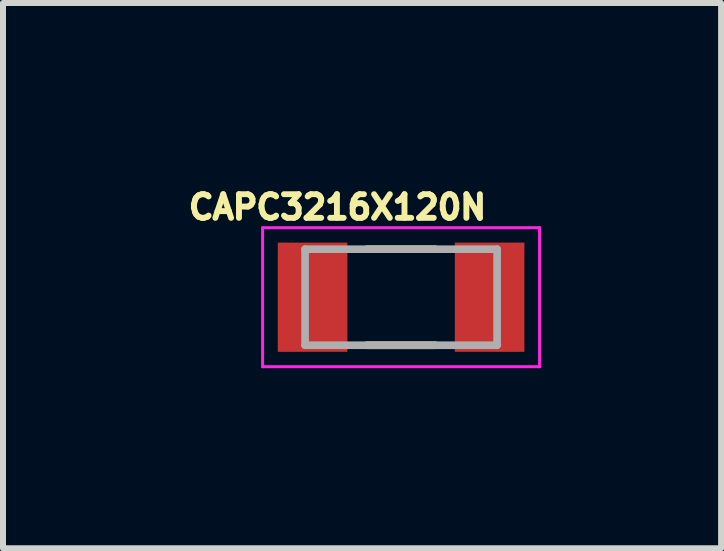
<source format=kicad_pcb>
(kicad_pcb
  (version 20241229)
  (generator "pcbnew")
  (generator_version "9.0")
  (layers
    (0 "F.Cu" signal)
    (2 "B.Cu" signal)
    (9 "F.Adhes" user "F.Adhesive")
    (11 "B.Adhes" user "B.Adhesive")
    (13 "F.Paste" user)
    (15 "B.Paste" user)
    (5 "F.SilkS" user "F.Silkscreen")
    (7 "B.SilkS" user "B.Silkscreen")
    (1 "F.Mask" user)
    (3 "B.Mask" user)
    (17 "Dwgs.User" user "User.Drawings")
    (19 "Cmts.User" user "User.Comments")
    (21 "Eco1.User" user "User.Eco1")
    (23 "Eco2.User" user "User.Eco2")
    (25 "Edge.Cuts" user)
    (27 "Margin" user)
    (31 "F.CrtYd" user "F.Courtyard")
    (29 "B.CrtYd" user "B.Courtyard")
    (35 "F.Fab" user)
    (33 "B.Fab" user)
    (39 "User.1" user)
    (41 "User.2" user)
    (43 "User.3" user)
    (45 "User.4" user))
  (footprint "CAPC3216X120N"
    (layer "F.Cu")
    (at 3.634 1.903)
    (property "Reference" "CAPC3216X120N" (at -1.06 -1.5 0) (layer "F.SilkS") (effects (font (size 0.394 0.394) (thickness 0.15))))
    (attr smd)
    (fp_line (start -0.57 -0.8) (end 0.57 -0.8) (stroke (width 0.127) (type solid)) (layer "F.SilkS"))
    (fp_line (start -0.57 0.8) (end 0.57 0.8) (stroke (width 0.127) (type solid)) (layer "F.SilkS"))
    (fp_line (start -2.308 -1.158) (end 2.308 -1.158) (stroke (width 0.05) (type solid)) (layer "F.CrtYd"))
    (fp_line (start -2.308 1.158) (end -2.308 -1.158) (stroke (width 0.05) (type solid)) (layer "F.CrtYd"))
    (fp_line (start -2.308 1.158) (end 2.308 1.158) (stroke (width 0.05) (type solid)) (layer "F.CrtYd"))
    (fp_line (start 2.308 1.158) (end 2.308 -1.158) (stroke (width 0.05) (type solid)) (layer "F.CrtYd"))
    (fp_line (start -1.6 0.8) (end -1.6 -0.8) (stroke (width 0.127) (type solid)) (layer "F.Fab"))
    (fp_line (start 1.6 -0.8) (end -1.6 -0.8) (stroke (width 0.127) (type solid)) (layer "F.Fab"))
    (fp_line (start 1.6 0.8) (end -1.6 0.8) (stroke (width 0.127) (type solid)) (layer "F.Fab"))
    (fp_line (start 1.6 0.8) (end 1.6 -0.8) (stroke (width 0.127) (type solid)) (layer "F.Fab"))
    (pad "1" smd rect (at -1.475 0) (size 1.16 1.82) (layers "F.Cu" "F.Mask" "F.Paste"))
    (pad "2" smd rect (at 1.475 0) (size 1.16 1.82) (layers "F.Cu" "F.Mask" "F.Paste")))
  (gr_rect
    (start -3 -3)
    (end 8.967 6.086)
    (stroke (width 0.1) (type default))
    (fill no)
    (layer "Edge.Cuts")))
</source>
